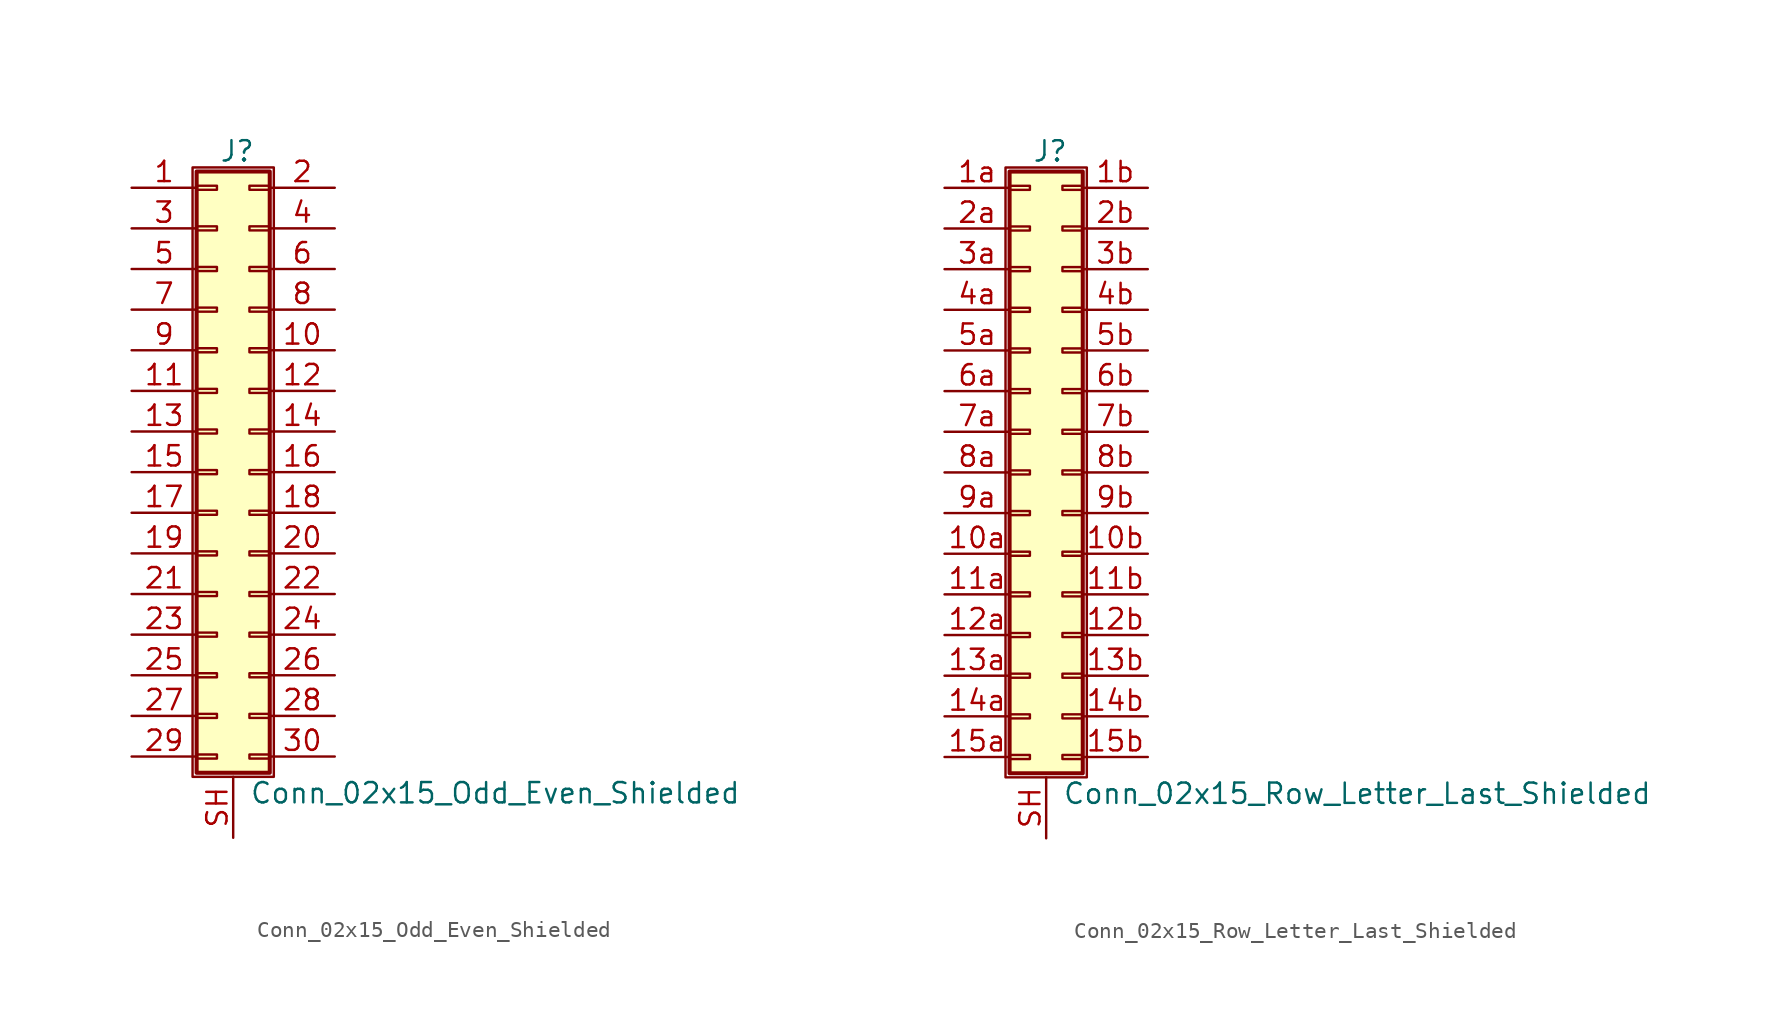
<source format=kicad_sym>
(kicad_symbol_lib
  (version 20211014)
  (generator kicad_symbol_editor)
  (symbol "Conn_02x15_Odd_Even_Shielded"
    (pin_names
      (offset 1.016) hide)
    (property "Reference" "J"
      (at 1.524 20.066 0)
      (effects (font (size 1.27 1.27))))
    (property "Value" "Conn_02x15_Odd_Even_Shielded"
      (at 2.286 -20.066 0)
      (effects (font (size 1.27 1.27)) (justify left)))
    (symbol "Conn_02x15_Odd_Even_Shielded_1_1"
      (rectangle (start -1.27 19.05) (end 3.81 -19.05) (stroke (width 0.152) (type default) (color 0 0 0 0)) (fill (type none)))
      (rectangle (start -1.016 -17.653) (end 0.254 -17.907) (stroke (width 0.152) (type default) (color 0 0 0 0)) (fill (type none)))
      (rectangle (start -1.016 -15.113) (end 0.254 -15.367) (stroke (width 0.152) (type default) (color 0 0 0 0)) (fill (type none)))
      (rectangle (start -1.016 -12.573) (end 0.254 -12.827) (stroke (width 0.152) (type default) (color 0 0 0 0)) (fill (type none)))
      (rectangle (start -1.016 -10.033) (end 0.254 -10.287) (stroke (width 0.152) (type default) (color 0 0 0 0)) (fill (type none)))
      (rectangle (start -1.016 -7.493) (end 0.254 -7.747) (stroke (width 0.152) (type default) (color 0 0 0 0)) (fill (type none)))
      (rectangle (start -1.016 -4.953) (end 0.254 -5.207) (stroke (width 0.152) (type default) (color 0 0 0 0)) (fill (type none)))
      (rectangle (start -1.016 -2.413) (end 0.254 -2.667) (stroke (width 0.152) (type default) (color 0 0 0 0)) (fill (type none)))
      (rectangle (start -1.016 0.127) (end 0.254 -0.127) (stroke (width 0.152) (type default) (color 0 0 0 0)) (fill (type none)))
      (rectangle (start -1.016 2.667) (end 0.254 2.413) (stroke (width 0.152) (type default) (color 0 0 0 0)) (fill (type none)))
      (rectangle (start -1.016 5.207) (end 0.254 4.953) (stroke (width 0.152) (type default) (color 0 0 0 0)) (fill (type none)))
      (rectangle (start -1.016 7.747) (end 0.254 7.493) (stroke (width 0.152) (type default) (color 0 0 0 0)) (fill (type none)))
      (rectangle (start -1.016 10.287) (end 0.254 10.033) (stroke (width 0.152) (type default) (color 0 0 0 0)) (fill (type none)))
      (rectangle (start -1.016 12.827) (end 0.254 12.573) (stroke (width 0.152) (type default) (color 0 0 0 0)) (fill (type none)))
      (rectangle (start -1.016 15.367) (end 0.254 15.113) (stroke (width 0.152) (type default) (color 0 0 0 0)) (fill (type none)))
      (rectangle (start -1.016 17.907) (end 0.254 17.653) (stroke (width 0.152) (type default) (color 0 0 0 0)) (fill (type none)))
      (rectangle (start -1.016 18.796) (end 3.556 -18.796) (stroke (width 0.254) (type default) (color 0 0 0 0)) (fill (type background)))
      (rectangle (start 3.556 -17.653) (end 2.286 -17.907) (stroke (width 0.152) (type default) (color 0 0 0 0)) (fill (type none)))
      (rectangle (start 3.556 -15.113) (end 2.286 -15.367) (stroke (width 0.152) (type default) (color 0 0 0 0)) (fill (type none)))
      (rectangle (start 3.556 -12.573) (end 2.286 -12.827) (stroke (width 0.152) (type default) (color 0 0 0 0)) (fill (type none)))
      (rectangle (start 3.556 -10.033) (end 2.286 -10.287) (stroke (width 0.152) (type default) (color 0 0 0 0)) (fill (type none)))
      (rectangle (start 3.556 -7.493) (end 2.286 -7.747) (stroke (width 0.152) (type default) (color 0 0 0 0)) (fill (type none)))
      (rectangle (start 3.556 -4.953) (end 2.286 -5.207) (stroke (width 0.152) (type default) (color 0 0 0 0)) (fill (type none)))
      (rectangle (start 3.556 -2.413) (end 2.286 -2.667) (stroke (width 0.152) (type default) (color 0 0 0 0)) (fill (type none)))
      (rectangle (start 3.556 0.127) (end 2.286 -0.127) (stroke (width 0.152) (type default) (color 0 0 0 0)) (fill (type none)))
      (rectangle (start 3.556 2.667) (end 2.286 2.413) (stroke (width 0.152) (type default) (color 0 0 0 0)) (fill (type none)))
      (rectangle (start 3.556 5.207) (end 2.286 4.953) (stroke (width 0.152) (type default) (color 0 0 0 0)) (fill (type none)))
      (rectangle (start 3.556 7.747) (end 2.286 7.493) (stroke (width 0.152) (type default) (color 0 0 0 0)) (fill (type none)))
      (rectangle (start 3.556 10.287) (end 2.286 10.033) (stroke (width 0.152) (type default) (color 0 0 0 0)) (fill (type none)))
      (rectangle (start 3.556 12.827) (end 2.286 12.573) (stroke (width 0.152) (type default) (color 0 0 0 0)) (fill (type none)))
      (rectangle (start 3.556 15.367) (end 2.286 15.113) (stroke (width 0.152) (type default) (color 0 0 0 0)) (fill (type none)))
      (rectangle (start 3.556 17.907) (end 2.286 17.653) (stroke (width 0.152) (type default) (color 0 0 0 0)) (fill (type none)))
      (pin passive line (at -5.08 17.78 0) (length 4.064) (name "Pin_1" (effects (font (size 1.27 1.27)))) (number "1" (effects (font (size 1.27 1.27)))))
      (pin passive line (at 7.62 7.62 180) (length 4.064) (name "Pin_10" (effects (font (size 1.27 1.27)))) (number "10" (effects (font (size 1.27 1.27)))))
      (pin passive line (at -5.08 5.08 0) (length 4.064) (name "Pin_11" (effects (font (size 1.27 1.27)))) (number "11" (effects (font (size 1.27 1.27)))))
      (pin passive line (at 7.62 5.08 180) (length 4.064) (name "Pin_12" (effects (font (size 1.27 1.27)))) (number "12" (effects (font (size 1.27 1.27)))))
      (pin passive line (at -5.08 2.54 0) (length 4.064) (name "Pin_13" (effects (font (size 1.27 1.27)))) (number "13" (effects (font (size 1.27 1.27)))))
      (pin passive line (at 7.62 2.54 180) (length 4.064) (name "Pin_14" (effects (font (size 1.27 1.27)))) (number "14" (effects (font (size 1.27 1.27)))))
      (pin passive line (at -5.08 0 0) (length 4.064) (name "Pin_15" (effects (font (size 1.27 1.27)))) (number "15" (effects (font (size 1.27 1.27)))))
      (pin passive line (at 7.62 0 180) (length 4.064) (name "Pin_16" (effects (font (size 1.27 1.27)))) (number "16" (effects (font (size 1.27 1.27)))))
      (pin passive line (at -5.08 -2.54 0) (length 4.064) (name "Pin_17" (effects (font (size 1.27 1.27)))) (number "17" (effects (font (size 1.27 1.27)))))
      (pin passive line (at 7.62 -2.54 180) (length 4.064) (name "Pin_18" (effects (font (size 1.27 1.27)))) (number "18" (effects (font (size 1.27 1.27)))))
      (pin passive line (at -5.08 -5.08 0) (length 4.064) (name "Pin_19" (effects (font (size 1.27 1.27)))) (number "19" (effects (font (size 1.27 1.27)))))
      (pin passive line (at 7.62 17.78 180) (length 4.064) (name "Pin_2" (effects (font (size 1.27 1.27)))) (number "2" (effects (font (size 1.27 1.27)))))
      (pin passive line (at 7.62 -5.08 180) (length 4.064) (name "Pin_20" (effects (font (size 1.27 1.27)))) (number "20" (effects (font (size 1.27 1.27)))))
      (pin passive line (at -5.08 -7.62 0) (length 4.064) (name "Pin_21" (effects (font (size 1.27 1.27)))) (number "21" (effects (font (size 1.27 1.27)))))
      (pin passive line (at 7.62 -7.62 180) (length 4.064) (name "Pin_22" (effects (font (size 1.27 1.27)))) (number "22" (effects (font (size 1.27 1.27)))))
      (pin passive line (at -5.08 -10.16 0) (length 4.064) (name "Pin_23" (effects (font (size 1.27 1.27)))) (number "23" (effects (font (size 1.27 1.27)))))
      (pin passive line (at 7.62 -10.16 180) (length 4.064) (name "Pin_24" (effects (font (size 1.27 1.27)))) (number "24" (effects (font (size 1.27 1.27)))))
      (pin passive line (at -5.08 -12.7 0) (length 4.064) (name "Pin_25" (effects (font (size 1.27 1.27)))) (number "25" (effects (font (size 1.27 1.27)))))
      (pin passive line (at 7.62 -12.7 180) (length 4.064) (name "Pin_26" (effects (font (size 1.27 1.27)))) (number "26" (effects (font (size 1.27 1.27)))))
      (pin passive line (at -5.08 -15.24 0) (length 4.064) (name "Pin_27" (effects (font (size 1.27 1.27)))) (number "27" (effects (font (size 1.27 1.27)))))
      (pin passive line (at 7.62 -15.24 180) (length 4.064) (name "Pin_28" (effects (font (size 1.27 1.27)))) (number "28" (effects (font (size 1.27 1.27)))))
      (pin passive line (at -5.08 -17.78 0) (length 4.064) (name "Pin_29" (effects (font (size 1.27 1.27)))) (number "29" (effects (font (size 1.27 1.27)))))
      (pin passive line (at -5.08 15.24 0) (length 4.064) (name "Pin_3" (effects (font (size 1.27 1.27)))) (number "3" (effects (font (size 1.27 1.27)))))
      (pin passive line (at 7.62 -17.78 180) (length 4.064) (name "Pin_30" (effects (font (size 1.27 1.27)))) (number "30" (effects (font (size 1.27 1.27)))))
      (pin passive line (at 7.62 15.24 180) (length 4.064) (name "Pin_4" (effects (font (size 1.27 1.27)))) (number "4" (effects (font (size 1.27 1.27)))))
      (pin passive line (at -5.08 12.7 0) (length 4.064) (name "Pin_5" (effects (font (size 1.27 1.27)))) (number "5" (effects (font (size 1.27 1.27)))))
      (pin passive line (at 7.62 12.7 180) (length 4.064) (name "Pin_6" (effects (font (size 1.27 1.27)))) (number "6" (effects (font (size 1.27 1.27)))))
      (pin passive line (at -5.08 10.16 0) (length 4.064) (name "Pin_7" (effects (font (size 1.27 1.27)))) (number "7" (effects (font (size 1.27 1.27)))))
      (pin passive line (at 7.62 10.16 180) (length 4.064) (name "Pin_8" (effects (font (size 1.27 1.27)))) (number "8" (effects (font (size 1.27 1.27)))))
      (pin passive line (at -5.08 7.62 0) (length 4.064) (name "Pin_9" (effects (font (size 1.27 1.27)))) (number "9" (effects (font (size 1.27 1.27)))))
      (pin passive line (at 1.27 -22.86 90) (length 3.81) (name "Shield" (effects (font (size 1.27 1.27)))) (number "SH" (effects (font (size 1.27 1.27)))))))
  (symbol "Conn_02x15_Row_Letter_Last_Shielded"
    (pin_names
      (offset 1.016) hide)
    (property "Reference" "J"
      (at 1.524 20.066 0)
      (effects (font (size 1.27 1.27))))
    (property "Value" "Conn_02x15_Row_Letter_Last_Shielded"
      (at 2.286 -20.066 0)
      (effects (font (size 1.27 1.27)) (justify left)))
    (symbol "Conn_02x15_Row_Letter_Last_Shielded_1_1"
      (rectangle (start -1.27 19.05) (end 3.81 -19.05) (stroke (width 0.152) (type default) (color 0 0 0 0)) (fill (type none)))
      (rectangle (start -1.016 -17.653) (end 0.254 -17.907) (stroke (width 0.152) (type default) (color 0 0 0 0)) (fill (type none)))
      (rectangle (start -1.016 -15.113) (end 0.254 -15.367) (stroke (width 0.152) (type default) (color 0 0 0 0)) (fill (type none)))
      (rectangle (start -1.016 -12.573) (end 0.254 -12.827) (stroke (width 0.152) (type default) (color 0 0 0 0)) (fill (type none)))
      (rectangle (start -1.016 -10.033) (end 0.254 -10.287) (stroke (width 0.152) (type default) (color 0 0 0 0)) (fill (type none)))
      (rectangle (start -1.016 -7.493) (end 0.254 -7.747) (stroke (width 0.152) (type default) (color 0 0 0 0)) (fill (type none)))
      (rectangle (start -1.016 -4.953) (end 0.254 -5.207) (stroke (width 0.152) (type default) (color 0 0 0 0)) (fill (type none)))
      (rectangle (start -1.016 -2.413) (end 0.254 -2.667) (stroke (width 0.152) (type default) (color 0 0 0 0)) (fill (type none)))
      (rectangle (start -1.016 0.127) (end 0.254 -0.127) (stroke (width 0.152) (type default) (color 0 0 0 0)) (fill (type none)))
      (rectangle (start -1.016 2.667) (end 0.254 2.413) (stroke (width 0.152) (type default) (color 0 0 0 0)) (fill (type none)))
      (rectangle (start -1.016 5.207) (end 0.254 4.953) (stroke (width 0.152) (type default) (color 0 0 0 0)) (fill (type none)))
      (rectangle (start -1.016 7.747) (end 0.254 7.493) (stroke (width 0.152) (type default) (color 0 0 0 0)) (fill (type none)))
      (rectangle (start -1.016 10.287) (end 0.254 10.033) (stroke (width 0.152) (type default) (color 0 0 0 0)) (fill (type none)))
      (rectangle (start -1.016 12.827) (end 0.254 12.573) (stroke (width 0.152) (type default) (color 0 0 0 0)) (fill (type none)))
      (rectangle (start -1.016 15.367) (end 0.254 15.113) (stroke (width 0.152) (type default) (color 0 0 0 0)) (fill (type none)))
      (rectangle (start -1.016 17.907) (end 0.254 17.653) (stroke (width 0.152) (type default) (color 0 0 0 0)) (fill (type none)))
      (rectangle (start -1.016 18.796) (end 3.556 -18.796) (stroke (width 0.254) (type default) (color 0 0 0 0)) (fill (type background)))
      (rectangle (start 3.556 -17.653) (end 2.286 -17.907) (stroke (width 0.152) (type default) (color 0 0 0 0)) (fill (type none)))
      (rectangle (start 3.556 -15.113) (end 2.286 -15.367) (stroke (width 0.152) (type default) (color 0 0 0 0)) (fill (type none)))
      (rectangle (start 3.556 -12.573) (end 2.286 -12.827) (stroke (width 0.152) (type default) (color 0 0 0 0)) (fill (type none)))
      (rectangle (start 3.556 -10.033) (end 2.286 -10.287) (stroke (width 0.152) (type default) (color 0 0 0 0)) (fill (type none)))
      (rectangle (start 3.556 -7.493) (end 2.286 -7.747) (stroke (width 0.152) (type default) (color 0 0 0 0)) (fill (type none)))
      (rectangle (start 3.556 -4.953) (end 2.286 -5.207) (stroke (width 0.152) (type default) (color 0 0 0 0)) (fill (type none)))
      (rectangle (start 3.556 -2.413) (end 2.286 -2.667) (stroke (width 0.152) (type default) (color 0 0 0 0)) (fill (type none)))
      (rectangle (start 3.556 0.127) (end 2.286 -0.127) (stroke (width 0.152) (type default) (color 0 0 0 0)) (fill (type none)))
      (rectangle (start 3.556 2.667) (end 2.286 2.413) (stroke (width 0.152) (type default) (color 0 0 0 0)) (fill (type none)))
      (rectangle (start 3.556 5.207) (end 2.286 4.953) (stroke (width 0.152) (type default) (color 0 0 0 0)) (fill (type none)))
      (rectangle (start 3.556 7.747) (end 2.286 7.493) (stroke (width 0.152) (type default) (color 0 0 0 0)) (fill (type none)))
      (rectangle (start 3.556 10.287) (end 2.286 10.033) (stroke (width 0.152) (type default) (color 0 0 0 0)) (fill (type none)))
      (rectangle (start 3.556 12.827) (end 2.286 12.573) (stroke (width 0.152) (type default) (color 0 0 0 0)) (fill (type none)))
      (rectangle (start 3.556 15.367) (end 2.286 15.113) (stroke (width 0.152) (type default) (color 0 0 0 0)) (fill (type none)))
      (rectangle (start 3.556 17.907) (end 2.286 17.653) (stroke (width 0.152) (type default) (color 0 0 0 0)) (fill (type none)))
      (pin passive line (at -5.08 -5.08 0) (length 4.064) (name "Pin_10a" (effects (font (size 1.27 1.27)))) (number "10a" (effects (font (size 1.27 1.27)))))
      (pin passive line (at 7.62 -5.08 180) (length 4.064) (name "Pin_10b" (effects (font (size 1.27 1.27)))) (number "10b" (effects (font (size 1.27 1.27)))))
      (pin passive line (at -5.08 -7.62 0) (length 4.064) (name "Pin_11a" (effects (font (size 1.27 1.27)))) (number "11a" (effects (font (size 1.27 1.27)))))
      (pin passive line (at 7.62 -7.62 180) (length 4.064) (name "Pin_11b" (effects (font (size 1.27 1.27)))) (number "11b" (effects (font (size 1.27 1.27)))))
      (pin passive line (at -5.08 -10.16 0) (length 4.064) (name "Pin_12a" (effects (font (size 1.27 1.27)))) (number "12a" (effects (font (size 1.27 1.27)))))
      (pin passive line (at 7.62 -10.16 180) (length 4.064) (name "Pin_12b" (effects (font (size 1.27 1.27)))) (number "12b" (effects (font (size 1.27 1.27)))))
      (pin passive line (at -5.08 -12.7 0) (length 4.064) (name "Pin_13a" (effects (font (size 1.27 1.27)))) (number "13a" (effects (font (size 1.27 1.27)))))
      (pin passive line (at 7.62 -12.7 180) (length 4.064) (name "Pin_13b" (effects (font (size 1.27 1.27)))) (number "13b" (effects (font (size 1.27 1.27)))))
      (pin passive line (at -5.08 -15.24 0) (length 4.064) (name "Pin_14a" (effects (font (size 1.27 1.27)))) (number "14a" (effects (font (size 1.27 1.27)))))
      (pin passive line (at 7.62 -15.24 180) (length 4.064) (name "Pin_14b" (effects (font (size 1.27 1.27)))) (number "14b" (effects (font (size 1.27 1.27)))))
      (pin passive line (at -5.08 -17.78 0) (length 4.064) (name "Pin_15a" (effects (font (size 1.27 1.27)))) (number "15a" (effects (font (size 1.27 1.27)))))
      (pin passive line (at 7.62 -17.78 180) (length 4.064) (name "Pin_15b" (effects (font (size 1.27 1.27)))) (number "15b" (effects (font (size 1.27 1.27)))))
      (pin passive line (at -5.08 17.78 0) (length 4.064) (name "Pin_1a" (effects (font (size 1.27 1.27)))) (number "1a" (effects (font (size 1.27 1.27)))))
      (pin passive line (at 7.62 17.78 180) (length 4.064) (name "Pin_1b" (effects (font (size 1.27 1.27)))) (number "1b" (effects (font (size 1.27 1.27)))))
      (pin passive line (at -5.08 15.24 0) (length 4.064) (name "Pin_2a" (effects (font (size 1.27 1.27)))) (number "2a" (effects (font (size 1.27 1.27)))))
      (pin passive line (at 7.62 15.24 180) (length 4.064) (name "Pin_2b" (effects (font (size 1.27 1.27)))) (number "2b" (effects (font (size 1.27 1.27)))))
      (pin passive line (at -5.08 12.7 0) (length 4.064) (name "Pin_3a" (effects (font (size 1.27 1.27)))) (number "3a" (effects (font (size 1.27 1.27)))))
      (pin passive line (at 7.62 12.7 180) (length 4.064) (name "Pin_3b" (effects (font (size 1.27 1.27)))) (number "3b" (effects (font (size 1.27 1.27)))))
      (pin passive line (at -5.08 10.16 0) (length 4.064) (name "Pin_4a" (effects (font (size 1.27 1.27)))) (number "4a" (effects (font (size 1.27 1.27)))))
      (pin passive line (at 7.62 10.16 180) (length 4.064) (name "Pin_4b" (effects (font (size 1.27 1.27)))) (number "4b" (effects (font (size 1.27 1.27)))))
      (pin passive line (at -5.08 7.62 0) (length 4.064) (name "Pin_5a" (effects (font (size 1.27 1.27)))) (number "5a" (effects (font (size 1.27 1.27)))))
      (pin passive line (at 7.62 7.62 180) (length 4.064) (name "Pin_5b" (effects (font (size 1.27 1.27)))) (number "5b" (effects (font (size 1.27 1.27)))))
      (pin passive line (at -5.08 5.08 0) (length 4.064) (name "Pin_6a" (effects (font (size 1.27 1.27)))) (number "6a" (effects (font (size 1.27 1.27)))))
      (pin passive line (at 7.62 5.08 180) (length 4.064) (name "Pin_6b" (effects (font (size 1.27 1.27)))) (number "6b" (effects (font (size 1.27 1.27)))))
      (pin passive line (at -5.08 2.54 0) (length 4.064) (name "Pin_7a" (effects (font (size 1.27 1.27)))) (number "7a" (effects (font (size 1.27 1.27)))))
      (pin passive line (at 7.62 2.54 180) (length 4.064) (name "Pin_7b" (effects (font (size 1.27 1.27)))) (number "7b" (effects (font (size 1.27 1.27)))))
      (pin passive line (at -5.08 0 0) (length 4.064) (name "Pin_8a" (effects (font (size 1.27 1.27)))) (number "8a" (effects (font (size 1.27 1.27)))))
      (pin passive line (at 7.62 0 180) (length 4.064) (name "Pin_8b" (effects (font (size 1.27 1.27)))) (number "8b" (effects (font (size 1.27 1.27)))))
      (pin passive line (at -5.08 -2.54 0) (length 4.064) (name "Pin_9a" (effects (font (size 1.27 1.27)))) (number "9a" (effects (font (size 1.27 1.27)))))
      (pin passive line (at 7.62 -2.54 180) (length 4.064) (name "Pin_9b" (effects (font (size 1.27 1.27)))) (number "9b" (effects (font (size 1.27 1.27)))))
      (pin passive line (at 1.27 -22.86 90) (length 3.81) (name "Shield" (effects (font (size 1.27 1.27)))) (number "SH" (effects (font (size 1.27 1.27))))))))
</source>
